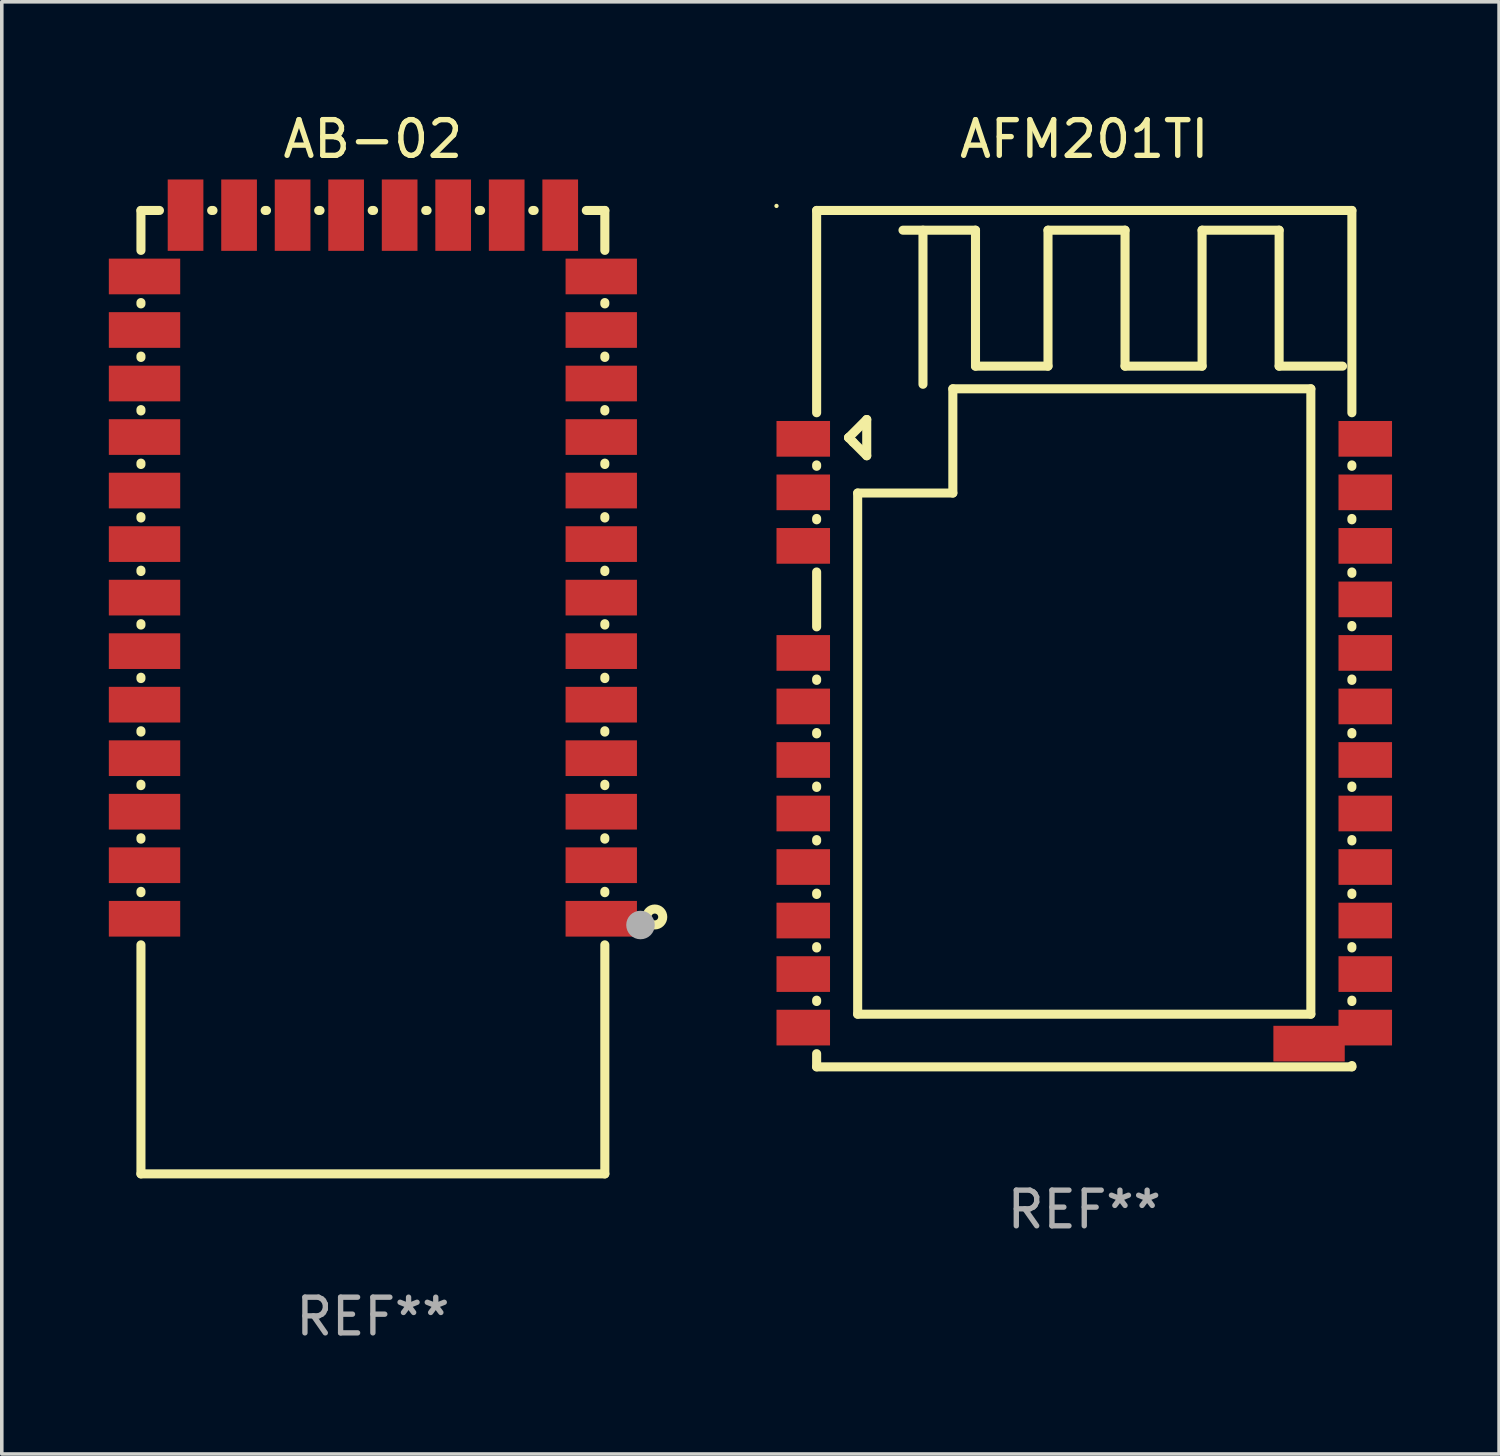
<source format=kicad_pcb>
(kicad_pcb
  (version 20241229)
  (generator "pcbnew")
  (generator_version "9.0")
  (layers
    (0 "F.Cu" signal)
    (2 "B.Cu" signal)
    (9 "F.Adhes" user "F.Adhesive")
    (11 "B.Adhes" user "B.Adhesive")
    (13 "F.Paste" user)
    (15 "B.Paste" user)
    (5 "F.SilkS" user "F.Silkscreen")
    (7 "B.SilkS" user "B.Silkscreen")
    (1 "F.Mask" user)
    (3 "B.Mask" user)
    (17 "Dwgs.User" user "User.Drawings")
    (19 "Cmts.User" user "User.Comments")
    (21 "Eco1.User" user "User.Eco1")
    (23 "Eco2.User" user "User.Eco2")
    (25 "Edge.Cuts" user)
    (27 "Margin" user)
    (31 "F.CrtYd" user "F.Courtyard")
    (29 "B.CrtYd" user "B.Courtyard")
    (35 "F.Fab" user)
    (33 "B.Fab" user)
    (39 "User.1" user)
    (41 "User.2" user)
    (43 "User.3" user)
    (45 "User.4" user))
  (footprint "AB-02"
    (layer "F.Cu")
    (at 7.4 16.348)
    (property "Reference" "AB-02" (at 0 -15.5 0) (layer "F.SilkS") (effects (font (size 1 1) (thickness 0.15))))
    (attr through_hole)
    (fp_line (start -6.5 -12.381) (end -6.5 -13.5) (stroke (width 0.254) (type solid)) (layer "F.SilkS"))
    (fp_line (start -6.5 -10.881) (end -6.5 -10.919) (stroke (width 0.254) (type solid)) (layer "F.SilkS"))
    (fp_line (start -6.5 -9.381) (end -6.5 -9.419) (stroke (width 0.254) (type solid)) (layer "F.SilkS"))
    (fp_line (start -6.5 -7.881) (end -6.5 -7.919) (stroke (width 0.254) (type solid)) (layer "F.SilkS"))
    (fp_line (start -6.5 -6.381) (end -6.5 -6.419) (stroke (width 0.254) (type solid)) (layer "F.SilkS"))
    (fp_line (start -6.5 -4.881) (end -6.5 -4.919) (stroke (width 0.254) (type solid)) (layer "F.SilkS"))
    (fp_line (start -6.5 -3.381) (end -6.5 -3.419) (stroke (width 0.254) (type solid)) (layer "F.SilkS"))
    (fp_line (start -6.5 -1.881) (end -6.5 -1.919) (stroke (width 0.254) (type solid)) (layer "F.SilkS"))
    (fp_line (start -6.5 -0.381) (end -6.5 -0.419) (stroke (width 0.254) (type solid)) (layer "F.SilkS"))
    (fp_line (start -6.5 1.119) (end -6.5 1.081) (stroke (width 0.254) (type solid)) (layer "F.SilkS"))
    (fp_line (start -6.5 2.619) (end -6.5 2.581) (stroke (width 0.254) (type solid)) (layer "F.SilkS"))
    (fp_line (start -6.5 4.119) (end -6.5 4.081) (stroke (width 0.254) (type solid)) (layer "F.SilkS"))
    (fp_line (start -6.5 5.619) (end -6.5 5.581) (stroke (width 0.254) (type solid)) (layer "F.SilkS"))
    (fp_line (start -6.5 13.5) (end -6.5 7.081) (stroke (width 0.254) (type solid)) (layer "F.SilkS"))
    (fp_line (start -5.981 -13.5) (end -6.5 -13.5) (stroke (width 0.254) (type solid)) (layer "F.SilkS"))
    (fp_line (start -4.481 -13.5) (end -4.519 -13.5) (stroke (width 0.254) (type solid)) (layer "F.SilkS"))
    (fp_line (start -2.981 -13.5) (end -3.019 -13.5) (stroke (width 0.254) (type solid)) (layer "F.SilkS"))
    (fp_line (start -1.481 -13.5) (end -1.519 -13.5) (stroke (width 0.254) (type solid)) (layer "F.SilkS"))
    (fp_line (start 0.019 -13.5) (end -0.019 -13.5) (stroke (width 0.254) (type solid)) (layer "F.SilkS"))
    (fp_line (start 1.519 -13.5) (end 1.481 -13.5) (stroke (width 0.254) (type solid)) (layer "F.SilkS"))
    (fp_line (start 3.019 -13.5) (end 2.981 -13.5) (stroke (width 0.254) (type solid)) (layer "F.SilkS"))
    (fp_line (start 4.519 -13.5) (end 4.481 -13.5) (stroke (width 0.254) (type solid)) (layer "F.SilkS"))
    (fp_line (start 6.5 -13.5) (end 5.981 -13.5) (stroke (width 0.254) (type solid)) (layer "F.SilkS"))
    (fp_line (start 6.5 -13.5) (end 6.5 -12.381) (stroke (width 0.254) (type solid)) (layer "F.SilkS"))
    (fp_line (start 6.5 -10.919) (end 6.5 -10.881) (stroke (width 0.254) (type solid)) (layer "F.SilkS"))
    (fp_line (start 6.5 -9.419) (end 6.5 -9.381) (stroke (width 0.254) (type solid)) (layer "F.SilkS"))
    (fp_line (start 6.5 -7.919) (end 6.5 -7.881) (stroke (width 0.254) (type solid)) (layer "F.SilkS"))
    (fp_line (start 6.5 -6.419) (end 6.5 -6.381) (stroke (width 0.254) (type solid)) (layer "F.SilkS"))
    (fp_line (start 6.5 -4.919) (end 6.5 -4.881) (stroke (width 0.254) (type solid)) (layer "F.SilkS"))
    (fp_line (start 6.5 -3.419) (end 6.5 -3.381) (stroke (width 0.254) (type solid)) (layer "F.SilkS"))
    (fp_line (start 6.5 -1.919) (end 6.5 -1.881) (stroke (width 0.254) (type solid)) (layer "F.SilkS"))
    (fp_line (start 6.5 -0.419) (end 6.5 -0.381) (stroke (width 0.254) (type solid)) (layer "F.SilkS"))
    (fp_line (start 6.5 1.081) (end 6.5 1.119) (stroke (width 0.254) (type solid)) (layer "F.SilkS"))
    (fp_line (start 6.5 2.581) (end 6.5 2.619) (stroke (width 0.254) (type solid)) (layer "F.SilkS"))
    (fp_line (start 6.5 4.081) (end 6.5 4.119) (stroke (width 0.254) (type solid)) (layer "F.SilkS"))
    (fp_line (start 6.5 5.581) (end 6.5 5.619) (stroke (width 0.254) (type solid)) (layer "F.SilkS"))
    (fp_line (start 6.5 7.081) (end 6.5 13.5) (stroke (width 0.254) (type solid)) (layer "F.SilkS"))
    (fp_line (start 6.5 13.5) (end -6.5 13.5) (stroke (width 0.254) (type solid)) (layer "F.SilkS"))
    (fp_circle (center 6.5 13.532) (end 6.53 13.532) (stroke (width 0.06) (type solid)) (fill no) (layer "F.SilkS"))
    (fp_circle (center 7.9 6.3) (end 8.123 6.3) (stroke (width 0.254) (type solid)) (fill no) (layer "F.SilkS"))
    (fp_circle (center 7.5 6.525) (end 7.7 6.525) (stroke (width 0.4) (type solid)) (fill no) (layer "F.Fab"))
    (fp_text user "REF**" (at 0 17.5 0) (layer "F.Fab") (effects (font (size 1 1) (thickness 0.15))))
    (pad "1" smd rect (at 6.4 6.35) (size 2 1) (layers "F.Cu" "F.Mask" "F.Paste"))
    (pad "2" smd rect (at 6.4 4.85) (size 2 1) (layers "F.Cu" "F.Mask" "F.Paste"))
    (pad "3" smd rect (at 6.4 3.35) (size 2 1) (layers "F.Cu" "F.Mask" "F.Paste"))
    (pad "4" smd rect (at 6.4 1.85) (size 2 1) (layers "F.Cu" "F.Mask" "F.Paste"))
    (pad "5" smd rect (at 6.4 0.35) (size 2 1) (layers "F.Cu" "F.Mask" "F.Paste"))
    (pad "6" smd rect (at 6.4 -1.15) (size 2 1) (layers "F.Cu" "F.Mask" "F.Paste"))
    (pad "7" smd rect (at 6.4 -2.65) (size 2 1) (layers "F.Cu" "F.Mask" "F.Paste"))
    (pad "8" smd rect (at 6.4 -4.15) (size 2 1) (layers "F.Cu" "F.Mask" "F.Paste"))
    (pad "9" smd rect (at 6.4 -5.65) (size 2 1) (layers "F.Cu" "F.Mask" "F.Paste"))
    (pad "10" smd rect (at 6.4 -7.15) (size 2 1) (layers "F.Cu" "F.Mask" "F.Paste"))
    (pad "11" smd rect (at 6.4 -8.65) (size 2 1) (layers "F.Cu" "F.Mask" "F.Paste"))
    (pad "12" smd rect (at 6.4 -10.15) (size 2 1) (layers "F.Cu" "F.Mask" "F.Paste"))
    (pad "13" smd rect (at 6.4 -11.65) (size 2 1) (layers "F.Cu" "F.Mask" "F.Paste"))
    (pad "14" smd rect (at 5.25 -13.368) (size 1 2) (layers "F.Cu" "F.Mask" "F.Paste"))
    (pad "15" smd rect (at 3.75 -13.368) (size 1 2) (layers "F.Cu" "F.Mask" "F.Paste"))
    (pad "16" smd rect (at 2.25 -13.368) (size 1 2) (layers "F.Cu" "F.Mask" "F.Paste"))
    (pad "17" smd rect (at 0.75 -13.368) (size 1 2) (layers "F.Cu" "F.Mask" "F.Paste"))
    (pad "18" smd rect (at -0.75 -13.368) (size 1 2) (layers "F.Cu" "F.Mask" "F.Paste"))
    (pad "19" smd rect (at -2.25 -13.368) (size 1 2) (layers "F.Cu" "F.Mask" "F.Paste"))
    (pad "20" smd rect (at -3.75 -13.368) (size 1 2) (layers "F.Cu" "F.Mask" "F.Paste"))
    (pad "21" smd rect (at -5.25 -13.368) (size 1 2) (layers "F.Cu" "F.Mask" "F.Paste"))
    (pad "22" smd rect (at -6.4 -11.65) (size 2 1) (layers "F.Cu" "F.Mask" "F.Paste"))
    (pad "23" smd rect (at -6.4 -10.15) (size 2 1) (layers "F.Cu" "F.Mask" "F.Paste"))
    (pad "24" smd rect (at -6.4 -8.65) (size 2 1) (layers "F.Cu" "F.Mask" "F.Paste"))
    (pad "25" smd rect (at -6.4 -7.15) (size 2 1) (layers "F.Cu" "F.Mask" "F.Paste"))
    (pad "26" smd rect (at -6.4 -5.65) (size 2 1) (layers "F.Cu" "F.Mask" "F.Paste"))
    (pad "27" smd rect (at -6.4 -4.15) (size 2 1) (layers "F.Cu" "F.Mask" "F.Paste"))
    (pad "28" smd rect (at -6.4 -2.65) (size 2 1) (layers "F.Cu" "F.Mask" "F.Paste"))
    (pad "29" smd rect (at -6.4 -1.15) (size 2 1) (layers "F.Cu" "F.Mask" "F.Paste"))
    (pad "30" smd rect (at -6.4 0.35) (size 2 1) (layers "F.Cu" "F.Mask" "F.Paste"))
    (pad "31" smd rect (at -6.4 1.85) (size 2 1) (layers "F.Cu" "F.Mask" "F.Paste"))
    (pad "32" smd rect (at -6.4 3.35) (size 2 1) (layers "F.Cu" "F.Mask" "F.Paste"))
    (pad "33" smd rect (at -6.4 4.85) (size 2 1) (layers "F.Cu" "F.Mask" "F.Paste"))
    (pad "34" smd rect (at -6.4 6.35) (size 2 1) (layers "F.Cu" "F.Mask" "F.Paste")))
  (footprint "AFM201TI"
    (layer "F.Cu")
    (at 27.336 14.848)
    (property "Reference" "AFM201TI" (at 0 -14 0) (layer "F.SilkS") (effects (font (size 1 1) (thickness 0.15))))
    (attr through_hole)
    (fp_line (start -7.5 -12) (end 7.5 -12) (stroke (width 0.254) (type solid)) (layer "F.SilkS"))
    (fp_line (start -7.5 -6.331) (end -7.5 -12) (stroke (width 0.254) (type solid)) (layer "F.SilkS"))
    (fp_line (start -7.5 -4.831) (end -7.5 -4.869) (stroke (width 0.254) (type solid)) (layer "F.SilkS"))
    (fp_line (start -7.5 -3.331) (end -7.5 -3.369) (stroke (width 0.254) (type solid)) (layer "F.SilkS"))
    (fp_line (start -7.5 -0.331) (end -7.5 -1.869) (stroke (width 0.254) (type solid)) (layer "F.SilkS"))
    (fp_line (start -7.5 1.169) (end -7.5 1.131) (stroke (width 0.254) (type solid)) (layer "F.SilkS"))
    (fp_line (start -7.5 2.669) (end -7.5 2.631) (stroke (width 0.254) (type solid)) (layer "F.SilkS"))
    (fp_line (start -7.5 4.169) (end -7.5 4.131) (stroke (width 0.254) (type solid)) (layer "F.SilkS"))
    (fp_line (start -7.5 5.669) (end -7.5 5.631) (stroke (width 0.254) (type solid)) (layer "F.SilkS"))
    (fp_line (start -7.5 7.169) (end -7.5 7.131) (stroke (width 0.254) (type solid)) (layer "F.SilkS"))
    (fp_line (start -7.5 8.669) (end -7.5 8.631) (stroke (width 0.254) (type solid)) (layer "F.SilkS"))
    (fp_line (start -7.5 10.169) (end -7.5 10.131) (stroke (width 0.254) (type solid)) (layer "F.SilkS"))
    (fp_line (start -7.5 12) (end -7.5 11.631) (stroke (width 0.254) (type solid)) (layer "F.SilkS"))
    (fp_line (start -7.5 12) (end 7.5 12) (stroke (width 0.254) (type solid)) (layer "F.SilkS"))
    (fp_line (start -6.604 -5.634) (end -6.604 -5.634) (stroke (width 0.254) (type solid)) (layer "F.SilkS"))
    (fp_line (start -6.604 -5.634) (end -6.096 -6.142) (stroke (width 0.254) (type solid)) (layer "F.SilkS"))
    (fp_line (start -6.477 -5.507) (end -6.604 -5.634) (stroke (width 0.254) (type solid)) (layer "F.SilkS"))
    (fp_line (start -6.35 -4.081) (end -3.683 -4.081) (stroke (width 0.254) (type solid)) (layer "F.SilkS"))
    (fp_line (start -6.35 10.524) (end -6.35 -4.081) (stroke (width 0.254) (type solid)) (layer "F.SilkS"))
    (fp_line (start -6.096 -6.142) (end -6.096 -5.126) (stroke (width 0.254) (type solid)) (layer "F.SilkS"))
    (fp_line (start -6.096 -5.126) (end -6.477 -5.507) (stroke (width 0.254) (type solid)) (layer "F.SilkS"))
    (fp_line (start -5.08 -11.447) (end -3.048 -11.447) (stroke (width 0.254) (type solid)) (layer "F.SilkS"))
    (fp_line (start -4.52 -11.447) (end -4.52 -7.129) (stroke (width 0.254) (type solid)) (layer "F.SilkS"))
    (fp_line (start -3.683 -7.002) (end 6.35 -7.002) (stroke (width 0.254) (type solid)) (layer "F.SilkS"))
    (fp_line (start -3.683 -4.081) (end -3.683 -7.002) (stroke (width 0.254) (type solid)) (layer "F.SilkS"))
    (fp_line (start -3.048 -11.447) (end -3.048 -7.637) (stroke (width 0.254) (type solid)) (layer "F.SilkS"))
    (fp_line (start -3.048 -7.637) (end -1.016 -7.637) (stroke (width 0.254) (type solid)) (layer "F.SilkS"))
    (fp_line (start -1.016 -11.447) (end 1.143 -11.447) (stroke (width 0.254) (type solid)) (layer "F.SilkS"))
    (fp_line (start -1.016 -7.637) (end -1.016 -11.447) (stroke (width 0.254) (type solid)) (layer "F.SilkS"))
    (fp_line (start 1.143 -11.447) (end 1.143 -7.637) (stroke (width 0.254) (type solid)) (layer "F.SilkS"))
    (fp_line (start 1.143 -7.637) (end 3.302 -7.637) (stroke (width 0.254) (type solid)) (layer "F.SilkS"))
    (fp_line (start 3.302 -11.447) (end 5.461 -11.447) (stroke (width 0.254) (type solid)) (layer "F.SilkS"))
    (fp_line (start 3.302 -7.637) (end 3.302 -11.447) (stroke (width 0.254) (type solid)) (layer "F.SilkS"))
    (fp_line (start 5.461 -11.447) (end 5.461 -7.637) (stroke (width 0.254) (type solid)) (layer "F.SilkS"))
    (fp_line (start 5.461 -7.637) (end 7.239 -7.637) (stroke (width 0.254) (type solid)) (layer "F.SilkS"))
    (fp_line (start 6.35 -7.002) (end 6.35 10.524) (stroke (width 0.254) (type solid)) (layer "F.SilkS"))
    (fp_line (start 6.35 10.524) (end -6.35 10.524) (stroke (width 0.254) (type solid)) (layer "F.SilkS"))
    (fp_line (start 7.5 -6.331) (end 7.5 -12) (stroke (width 0.254) (type solid)) (layer "F.SilkS"))
    (fp_line (start 7.5 -4.831) (end 7.5 -4.869) (stroke (width 0.254) (type solid)) (layer "F.SilkS"))
    (fp_line (start 7.5 -3.331) (end 7.5 -3.369) (stroke (width 0.254) (type solid)) (layer "F.SilkS"))
    (fp_line (start 7.5 -1.831) (end 7.5 -1.869) (stroke (width 0.254) (type solid)) (layer "F.SilkS"))
    (fp_line (start 7.5 -0.331) (end 7.5 -0.369) (stroke (width 0.254) (type solid)) (layer "F.SilkS"))
    (fp_line (start 7.5 1.169) (end 7.5 1.131) (stroke (width 0.254) (type solid)) (layer "F.SilkS"))
    (fp_line (start 7.5 2.669) (end 7.5 2.631) (stroke (width 0.254) (type solid)) (layer "F.SilkS"))
    (fp_line (start 7.5 4.169) (end 7.5 4.131) (stroke (width 0.254) (type solid)) (layer "F.SilkS"))
    (fp_line (start 7.5 5.669) (end 7.5 5.631) (stroke (width 0.254) (type solid)) (layer "F.SilkS"))
    (fp_line (start 7.5 7.169) (end 7.5 7.131) (stroke (width 0.254) (type solid)) (layer "F.SilkS"))
    (fp_line (start 7.5 8.669) (end 7.5 8.631) (stroke (width 0.254) (type solid)) (layer "F.SilkS"))
    (fp_line (start 7.5 10.169) (end 7.5 10.131) (stroke (width 0.254) (type solid)) (layer "F.SilkS"))
    (fp_line (start 7.5 12) (end 7.5 11.963) (stroke (width 0.254) (type solid)) (layer "F.SilkS"))
    (fp_circle (center -8.625 -12.127) (end -8.595 -12.127) (stroke (width 0.06) (type solid)) (fill no) (layer "F.SilkS"))
    (fp_text user "REF**" (at 0 16 0) (layer "F.Fab") (effects (font (size 1 1) (thickness 0.15))))
    (pad "1" smd rect (at -7.875 -5.6) (size 1.5 1) (layers "F.Cu" "F.Mask" "F.Paste"))
    (pad "2" smd rect (at -7.875 -4.1) (size 1.5 1) (layers "F.Cu" "F.Mask" "F.Paste"))
    (pad "3" smd rect (at -7.875 -2.6) (size 1.5 1) (layers "F.Cu" "F.Mask" "F.Paste"))
    (pad "4" smd rect (at -7.875 0.4) (size 1.5 1) (layers "F.Cu" "F.Mask" "F.Paste"))
    (pad "5" smd rect (at -7.875 1.9) (size 1.5 1) (layers "F.Cu" "F.Mask" "F.Paste"))
    (pad "6" smd rect (at -7.875 3.4) (size 1.5 1) (layers "F.Cu" "F.Mask" "F.Paste"))
    (pad "7" smd rect (at -7.875 4.9) (size 1.5 1) (layers "F.Cu" "F.Mask" "F.Paste"))
    (pad "8" smd rect (at -7.875 6.4) (size 1.5 1) (layers "F.Cu" "F.Mask" "F.Paste"))
    (pad "9" smd rect (at -7.875 7.9) (size 1.5 1) (layers "F.Cu" "F.Mask" "F.Paste"))
    (pad "10" smd rect (at -7.875 9.4) (size 1.5 1) (layers "F.Cu" "F.Mask" "F.Paste"))
    (pad "11" smd rect (at -7.875 10.9) (size 1.5 1) (layers "F.Cu" "F.Mask" "F.Paste"))
    (pad "12" smd rect (at 6.3 11.35) (size 2 1) (layers "F.Cu" "F.Mask" "F.Paste"))
    (pad "12" smd rect (at 7.875 10.9) (size 1.5 1) (layers "F.Cu" "F.Mask" "F.Paste"))
    (pad "13" smd rect (at 7.875 9.4) (size 1.5 1) (layers "F.Cu" "F.Mask" "F.Paste"))
    (pad "14" smd rect (at 7.875 7.9) (size 1.5 1) (layers "F.Cu" "F.Mask" "F.Paste"))
    (pad "15" smd rect (at 7.875 6.4) (size 1.5 1) (layers "F.Cu" "F.Mask" "F.Paste"))
    (pad "16" smd rect (at 7.875 4.9) (size 1.5 1) (layers "F.Cu" "F.Mask" "F.Paste"))
    (pad "17" smd rect (at 7.875 3.4) (size 1.5 1) (layers "F.Cu" "F.Mask" "F.Paste"))
    (pad "18" smd rect (at 7.875 1.9) (size 1.5 1) (layers "F.Cu" "F.Mask" "F.Paste"))
    (pad "19" smd rect (at 7.875 0.4) (size 1.5 1) (layers "F.Cu" "F.Mask" "F.Paste"))
    (pad "20" smd rect (at 7.875 -1.1) (size 1.5 1) (layers "F.Cu" "F.Mask" "F.Paste"))
    (pad "21" smd rect (at 7.875 -2.6) (size 1.5 1) (layers "F.Cu" "F.Mask" "F.Paste"))
    (pad "22" smd rect (at 7.875 -4.1) (size 1.5 1) (layers "F.Cu" "F.Mask" "F.Paste"))
    (pad "23" smd rect (at 7.875 -5.6) (size 1.5 1) (layers "F.Cu" "F.Mask" "F.Paste")))
  (gr_rect
    (start -3 -3)
    (end 38.961 37.697)
    (stroke (width 0.1) (type default))
    (fill no)
    (layer "Edge.Cuts")))
</source>
